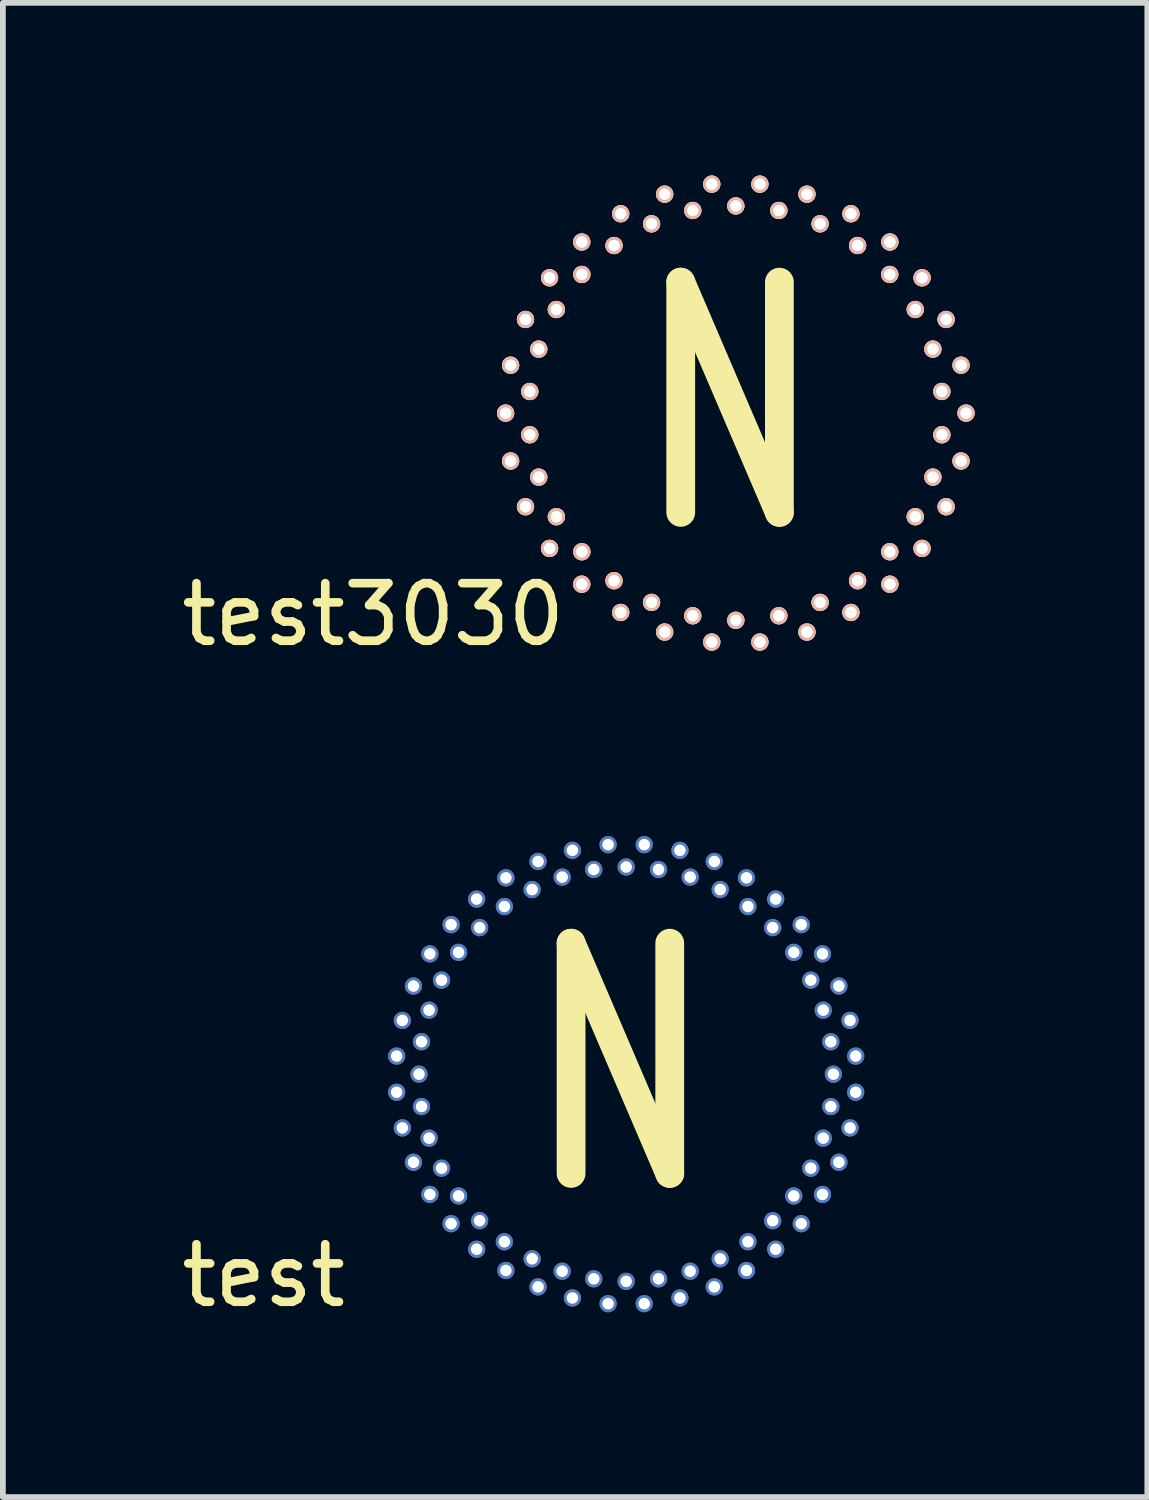
<source format=kicad_pcb>
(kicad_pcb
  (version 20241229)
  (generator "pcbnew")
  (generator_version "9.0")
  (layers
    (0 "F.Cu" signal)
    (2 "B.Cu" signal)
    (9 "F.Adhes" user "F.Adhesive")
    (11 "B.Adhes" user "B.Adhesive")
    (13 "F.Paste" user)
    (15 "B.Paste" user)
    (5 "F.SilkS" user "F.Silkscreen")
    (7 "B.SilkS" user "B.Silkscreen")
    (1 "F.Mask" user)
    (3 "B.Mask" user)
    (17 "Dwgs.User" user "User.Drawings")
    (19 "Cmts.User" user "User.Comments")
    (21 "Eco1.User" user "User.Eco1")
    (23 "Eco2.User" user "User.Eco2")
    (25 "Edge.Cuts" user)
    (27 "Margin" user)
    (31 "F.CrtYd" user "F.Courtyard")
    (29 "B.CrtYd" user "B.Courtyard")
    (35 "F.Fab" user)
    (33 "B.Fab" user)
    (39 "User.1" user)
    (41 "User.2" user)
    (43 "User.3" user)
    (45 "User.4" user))
  (footprint "test"
    (layer "F.Cu")
    (at 7.83 15.614)
    (property "Reference" "test" (at -6.3 3.5 0) (layer "F.SilkS") (effects (font (size 1 1) (thickness 0.15))))
    (attr through_hole)
    (fp_text user "N" (at -0.1 -0.1 0) (layer "F.SilkS") (effects (font (size 4 3) (thickness 0.5))))
    (pad "1" thru_hole circle (at 0 3.6) (size 0.3 0.3) (drill 0.2) (layers "*.Cu"))
    (pad "2" thru_hole circle (at 0.563 3.556) (size 0.3 0.3) (drill 0.2) (layers "*.Cu"))
    (pad "3" thru_hole circle (at 1.112 3.424) (size 0.3 0.3) (drill 0.2) (layers "*.Cu"))
    (pad "4" thru_hole circle (at 1.634 3.208) (size 0.3 0.3) (drill 0.2) (layers "*.Cu"))
    (pad "5" thru_hole circle (at 2.116 2.912) (size 0.3 0.3) (drill 0.2) (layers "*.Cu"))
    (pad "6" thru_hole circle (at 2.546 2.546) (size 0.3 0.3) (drill 0.2) (layers "*.Cu"))
    (pad "7" thru_hole circle (at 2.912 2.116) (size 0.3 0.3) (drill 0.2) (layers "*.Cu"))
    (pad "8" thru_hole circle (at 3.208 1.634) (size 0.3 0.3) (drill 0.2) (layers "*.Cu"))
    (pad "9" thru_hole circle (at 3.424 1.112) (size 0.3 0.3) (drill 0.2) (layers "*.Cu"))
    (pad "10" thru_hole circle (at 3.556 0.563) (size 0.3 0.3) (drill 0.2) (layers "*.Cu"))
    (pad "11" thru_hole circle (at 3.6 0) (size 0.3 0.3) (drill 0.2) (layers "*.Cu"))
    (pad "12" thru_hole circle (at 3.556 -0.563) (size 0.3 0.3) (drill 0.2) (layers "*.Cu"))
    (pad "13" thru_hole circle (at 3.424 -1.112) (size 0.3 0.3) (drill 0.2) (layers "*.Cu"))
    (pad "14" thru_hole circle (at 3.208 -1.634) (size 0.3 0.3) (drill 0.2) (layers "*.Cu"))
    (pad "15" thru_hole circle (at 2.912 -2.116) (size 0.3 0.3) (drill 0.2) (layers "*.Cu"))
    (pad "16" thru_hole circle (at 2.546 -2.546) (size 0.3 0.3) (drill 0.2) (layers "*.Cu"))
    (pad "17" thru_hole circle (at 2.116 -2.912) (size 0.3 0.3) (drill 0.2) (layers "*.Cu"))
    (pad "18" thru_hole circle (at 1.634 -3.208) (size 0.3 0.3) (drill 0.2) (layers "*.Cu"))
    (pad "19" thru_hole circle (at 1.112 -3.424) (size 0.3 0.3) (drill 0.2) (layers "*.Cu"))
    (pad "20" thru_hole circle (at 0.563 -3.556) (size 0.3 0.3) (drill 0.2) (layers "*.Cu"))
    (pad "21" thru_hole circle (at 0 -3.6) (size 0.3 0.3) (drill 0.2) (layers "*.Cu"))
    (pad "22" thru_hole circle (at -0.563 -3.556) (size 0.3 0.3) (drill 0.2) (layers "*.Cu"))
    (pad "23" thru_hole circle (at -1.112 -3.424) (size 0.3 0.3) (drill 0.2) (layers "*.Cu"))
    (pad "24" thru_hole circle (at -1.634 -3.208) (size 0.3 0.3) (drill 0.2) (layers "*.Cu"))
    (pad "25" thru_hole circle (at -2.116 -2.912) (size 0.3 0.3) (drill 0.2) (layers "*.Cu"))
    (pad "26" thru_hole circle (at -2.546 -2.546) (size 0.3 0.3) (drill 0.2) (layers "*.Cu"))
    (pad "27" thru_hole circle (at -2.912 -2.116) (size 0.3 0.3) (drill 0.2) (layers "*.Cu"))
    (pad "28" thru_hole circle (at -3.208 -1.634) (size 0.3 0.3) (drill 0.2) (layers "*.Cu"))
    (pad "29" thru_hole circle (at -3.424 -1.112) (size 0.3 0.3) (drill 0.2) (layers "*.Cu"))
    (pad "30" thru_hole circle (at -3.556 -0.563) (size 0.3 0.3) (drill 0.2) (layers "*.Cu"))
    (pad "31" thru_hole circle (at -3.6 0) (size 0.3 0.3) (drill 0.2) (layers "*.Cu"))
    (pad "32" thru_hole circle (at -3.556 0.563) (size 0.3 0.3) (drill 0.2) (layers "*.Cu"))
    (pad "33" thru_hole circle (at -3.424 1.112) (size 0.3 0.3) (drill 0.2) (layers "*.Cu"))
    (pad "34" thru_hole circle (at -3.208 1.634) (size 0.3 0.3) (drill 0.2) (layers "*.Cu"))
    (pad "35" thru_hole circle (at -2.912 2.116) (size 0.3 0.3) (drill 0.2) (layers "*.Cu"))
    (pad "36" thru_hole circle (at -2.546 2.546) (size 0.3 0.3) (drill 0.2) (layers "*.Cu"))
    (pad "37" thru_hole circle (at -2.116 2.912) (size 0.3 0.3) (drill 0.2) (layers "*.Cu"))
    (pad "38" thru_hole circle (at -1.634 3.208) (size 0.3 0.3) (drill 0.2) (layers "*.Cu"))
    (pad "39" thru_hole circle (at -1.112 3.424) (size 0.3 0.3) (drill 0.2) (layers "*.Cu"))
    (pad "40" thru_hole circle (at -0.563 3.556) (size 0.3 0.3) (drill 0.2) (layers "*.Cu"))
    (pad "41" thru_hole circle (at 0.314 3.988) (size 0.3 0.3) (drill 0.2) (layers "*.Cu"))
    (pad "42" thru_hole circle (at 0.934 3.889) (size 0.3 0.3) (drill 0.2) (layers "*.Cu"))
    (pad "43" thru_hole circle (at 1.531 3.696) (size 0.3 0.3) (drill 0.2) (layers "*.Cu"))
    (pad "44" thru_hole circle (at 2.09 3.411) (size 0.3 0.3) (drill 0.2) (layers "*.Cu"))
    (pad "45" thru_hole circle (at 2.598 3.042) (size 0.3 0.3) (drill 0.2) (layers "*.Cu"))
    (pad "46" thru_hole circle (at 3.042 2.598) (size 0.3 0.3) (drill 0.2) (layers "*.Cu"))
    (pad "47" thru_hole circle (at 3.411 2.09) (size 0.3 0.3) (drill 0.2) (layers "*.Cu"))
    (pad "48" thru_hole circle (at 3.696 1.531) (size 0.3 0.3) (drill 0.2) (layers "*.Cu"))
    (pad "49" thru_hole circle (at 3.889 0.934) (size 0.3 0.3) (drill 0.2) (layers "*.Cu"))
    (pad "50" thru_hole circle (at 3.988 0.314) (size 0.3 0.3) (drill 0.2) (layers "*.Cu"))
    (pad "51" thru_hole circle (at 3.988 -0.314) (size 0.3 0.3) (drill 0.2) (layers "*.Cu"))
    (pad "52" thru_hole circle (at 3.889 -0.934) (size 0.3 0.3) (drill 0.2) (layers "*.Cu"))
    (pad "53" thru_hole circle (at 3.696 -1.531) (size 0.3 0.3) (drill 0.2) (layers "*.Cu"))
    (pad "54" thru_hole circle (at 3.411 -2.09) (size 0.3 0.3) (drill 0.2) (layers "*.Cu"))
    (pad "55" thru_hole circle (at 3.042 -2.598) (size 0.3 0.3) (drill 0.2) (layers "*.Cu"))
    (pad "56" thru_hole circle (at 2.598 -3.042) (size 0.3 0.3) (drill 0.2) (layers "*.Cu"))
    (pad "57" thru_hole circle (at 2.09 -3.411) (size 0.3 0.3) (drill 0.2) (layers "*.Cu"))
    (pad "58" thru_hole circle (at 1.531 -3.696) (size 0.3 0.3) (drill 0.2) (layers "*.Cu"))
    (pad "59" thru_hole circle (at 0.934 -3.889) (size 0.3 0.3) (drill 0.2) (layers "*.Cu"))
    (pad "60" thru_hole circle (at 0.314 -3.988) (size 0.3 0.3) (drill 0.2) (layers "*.Cu"))
    (pad "61" thru_hole circle (at -0.314 -3.988) (size 0.3 0.3) (drill 0.2) (layers "*.Cu"))
    (pad "62" thru_hole circle (at -0.934 -3.889) (size 0.3 0.3) (drill 0.2) (layers "*.Cu"))
    (pad "63" thru_hole circle (at -1.531 -3.696) (size 0.3 0.3) (drill 0.2) (layers "*.Cu"))
    (pad "64" thru_hole circle (at -2.09 -3.411) (size 0.3 0.3) (drill 0.2) (layers "*.Cu"))
    (pad "65" thru_hole circle (at -2.598 -3.042) (size 0.3 0.3) (drill 0.2) (layers "*.Cu"))
    (pad "66" thru_hole circle (at -3.042 -2.598) (size 0.3 0.3) (drill 0.2) (layers "*.Cu"))
    (pad "67" thru_hole circle (at -3.411 -2.09) (size 0.3 0.3) (drill 0.2) (layers "*.Cu"))
    (pad "68" thru_hole circle (at -3.696 -1.531) (size 0.3 0.3) (drill 0.2) (layers "*.Cu"))
    (pad "69" thru_hole circle (at -3.889 -0.934) (size 0.3 0.3) (drill 0.2) (layers "*.Cu"))
    (pad "70" thru_hole circle (at -3.988 -0.314) (size 0.3 0.3) (drill 0.2) (layers "*.Cu"))
    (pad "71" thru_hole circle (at -3.988 0.314) (size 0.3 0.3) (drill 0.2) (layers "*.Cu"))
    (pad "72" thru_hole circle (at -3.889 0.934) (size 0.3 0.3) (drill 0.2) (layers "*.Cu"))
    (pad "73" thru_hole circle (at -3.696 1.531) (size 0.3 0.3) (drill 0.2) (layers "*.Cu"))
    (pad "74" thru_hole circle (at -3.411 2.09) (size 0.3 0.3) (drill 0.2) (layers "*.Cu"))
    (pad "75" thru_hole circle (at -3.042 2.598) (size 0.3 0.3) (drill 0.2) (layers "*.Cu"))
    (pad "76" thru_hole circle (at -2.598 3.042) (size 0.3 0.3) (drill 0.2) (layers "*.Cu"))
    (pad "77" thru_hole circle (at -2.09 3.411) (size 0.3 0.3) (drill 0.2) (layers "*.Cu"))
    (pad "78" thru_hole circle (at -1.531 3.696) (size 0.3 0.3) (drill 0.2) (layers "*.Cu"))
    (pad "79" thru_hole circle (at -0.934 3.889) (size 0.3 0.3) (drill 0.2) (layers "*.Cu"))
    (pad "80" thru_hole circle (at -0.314 3.988) (size 0.3 0.3) (drill 0.2) (layers "*.Cu")))
  (footprint "test3030"
    (layer "F.Cu")
    (at 9.735 4.128)
    (property "Reference" "test3030" (at -6.3 3.5 0) (layer "F.SilkS") (effects (font (size 1 1) (thickness 0.15))))
    (attr through_hole)
    (fp_text user "N" (at -0.1 -0.1 0) (layer "F.SilkS") (effects (font (size 4 3) (thickness 0.5))))
    (pad "1" thru_hole circle (at 0 3.6) (size 0.3 0.3) (drill 0.2) (layers "*.Cu" "*.SilkS"))
    (pad "2" thru_hole circle (at 0.748 3.521) (size 0.3 0.3) (drill 0.2) (layers "*.Cu" "*.SilkS"))
    (pad "3" thru_hole circle (at 1.464 3.289) (size 0.3 0.3) (drill 0.2) (layers "*.Cu" "*.SilkS"))
    (pad "4" thru_hole circle (at 2.116 2.912) (size 0.3 0.3) (drill 0.2) (layers "*.Cu" "*.SilkS"))
    (pad "5" thru_hole circle (at 2.675 2.409) (size 0.3 0.3) (drill 0.2) (layers "*.Cu" "*.SilkS"))
    (pad "6" thru_hole circle (at 3.118 1.8) (size 0.3 0.3) (drill 0.2) (layers "*.Cu" "*.SilkS"))
    (pad "7" thru_hole circle (at 3.424 1.112) (size 0.3 0.3) (drill 0.2) (layers "*.Cu" "*.SilkS"))
    (pad "8" thru_hole circle (at 3.58 0.376) (size 0.3 0.3) (drill 0.2) (layers "*.Cu" "*.SilkS"))
    (pad "9" thru_hole circle (at 3.58 -0.376) (size 0.3 0.3) (drill 0.2) (layers "*.Cu" "*.SilkS"))
    (pad "10" thru_hole circle (at 3.424 -1.112) (size 0.3 0.3) (drill 0.2) (layers "*.Cu" "*.SilkS"))
    (pad "11" thru_hole circle (at 3.118 -1.8) (size 0.3 0.3) (drill 0.2) (layers "*.Cu" "*.SilkS"))
    (pad "12" thru_hole circle (at 2.675 -2.409) (size 0.3 0.3) (drill 0.2) (layers "*.Cu" "*.SilkS"))
    (pad "13" thru_hole circle (at 2.116 -2.912) (size 0.3 0.3) (drill 0.2) (layers "*.Cu" "*.SilkS"))
    (pad "14" thru_hole circle (at 1.464 -3.289) (size 0.3 0.3) (drill 0.2) (layers "*.Cu" "*.SilkS"))
    (pad "15" thru_hole circle (at 0.748 -3.521) (size 0.3 0.3) (drill 0.2) (layers "*.Cu" "*.SilkS"))
    (pad "16" thru_hole circle (at 0 -3.6) (size 0.3 0.3) (drill 0.2) (layers "*.Cu" "*.SilkS"))
    (pad "17" thru_hole circle (at -0.748 -3.521) (size 0.3 0.3) (drill 0.2) (layers "*.Cu" "*.SilkS"))
    (pad "18" thru_hole circle (at -1.464 -3.289) (size 0.3 0.3) (drill 0.2) (layers "*.Cu" "*.SilkS"))
    (pad "19" thru_hole circle (at -2.116 -2.912) (size 0.3 0.3) (drill 0.2) (layers "*.Cu" "*.SilkS"))
    (pad "20" thru_hole circle (at -2.675 -2.409) (size 0.3 0.3) (drill 0.2) (layers "*.Cu" "*.SilkS"))
    (pad "21" thru_hole circle (at -3.118 -1.8) (size 0.3 0.3) (drill 0.2) (layers "*.Cu" "*.SilkS"))
    (pad "22" thru_hole circle (at -3.424 -1.112) (size 0.3 0.3) (drill 0.2) (layers "*.Cu" "*.SilkS"))
    (pad "23" thru_hole circle (at -3.58 -0.376) (size 0.3 0.3) (drill 0.2) (layers "*.Cu" "*.SilkS"))
    (pad "24" thru_hole circle (at -3.58 0.376) (size 0.3 0.3) (drill 0.2) (layers "*.Cu" "*.SilkS"))
    (pad "25" thru_hole circle (at -3.424 1.112) (size 0.3 0.3) (drill 0.2) (layers "*.Cu" "*.SilkS"))
    (pad "26" thru_hole circle (at -3.118 1.8) (size 0.3 0.3) (drill 0.2) (layers "*.Cu" "*.SilkS"))
    (pad "27" thru_hole circle (at -2.675 2.409) (size 0.3 0.3) (drill 0.2) (layers "*.Cu" "*.SilkS"))
    (pad "28" thru_hole circle (at -2.116 2.912) (size 0.3 0.3) (drill 0.2) (layers "*.Cu" "*.SilkS"))
    (pad "29" thru_hole circle (at -1.464 3.289) (size 0.3 0.3) (drill 0.2) (layers "*.Cu" "*.SilkS"))
    (pad "30" thru_hole circle (at -0.748 3.521) (size 0.3 0.3) (drill 0.2) (layers "*.Cu" "*.SilkS"))
    (pad "31" thru_hole circle (at 0.418 3.978) (size 0.3 0.3) (drill 0.2) (layers "*.Cu" "*.SilkS"))
    (pad "32" thru_hole circle (at 1.236 3.804) (size 0.3 0.3) (drill 0.2) (layers "*.Cu" "*.SilkS"))
    (pad "33" thru_hole circle (at 2 3.464) (size 0.3 0.3) (drill 0.2) (layers "*.Cu" "*.SilkS"))
    (pad "34" thru_hole circle (at 2.677 2.973) (size 0.3 0.3) (drill 0.2) (layers "*.Cu" "*.SilkS"))
    (pad "35" thru_hole circle (at 3.236 2.351) (size 0.3 0.3) (drill 0.2) (layers "*.Cu" "*.SilkS"))
    (pad "36" thru_hole circle (at 3.654 1.627) (size 0.3 0.3) (drill 0.2) (layers "*.Cu" "*.SilkS"))
    (pad "37" thru_hole circle (at 3.913 0.832) (size 0.3 0.3) (drill 0.2) (layers "*.Cu" "*.SilkS"))
    (pad "38" thru_hole circle (at 4 0) (size 0.3 0.3) (drill 0.2) (layers "*.Cu" "*.SilkS"))
    (pad "39" thru_hole circle (at 3.913 -0.832) (size 0.3 0.3) (drill 0.2) (layers "*.Cu" "*.SilkS"))
    (pad "40" thru_hole circle (at 3.654 -1.627) (size 0.3 0.3) (drill 0.2) (layers "*.Cu" "*.SilkS"))
    (pad "41" thru_hole circle (at 3.236 -2.351) (size 0.3 0.3) (drill 0.2) (layers "*.Cu" "*.SilkS"))
    (pad "42" thru_hole circle (at 2.677 -2.973) (size 0.3 0.3) (drill 0.2) (layers "*.Cu" "*.SilkS"))
    (pad "43" thru_hole circle (at 2 -3.464) (size 0.3 0.3) (drill 0.2) (layers "*.Cu" "*.SilkS"))
    (pad "44" thru_hole circle (at 1.236 -3.804) (size 0.3 0.3) (drill 0.2) (layers "*.Cu" "*.SilkS"))
    (pad "45" thru_hole circle (at 0.418 -3.978) (size 0.3 0.3) (drill 0.2) (layers "*.Cu" "*.SilkS"))
    (pad "46" thru_hole circle (at -0.418 -3.978) (size 0.3 0.3) (drill 0.2) (layers "*.Cu" "*.SilkS"))
    (pad "47" thru_hole circle (at -1.236 -3.804) (size 0.3 0.3) (drill 0.2) (layers "*.Cu" "*.SilkS"))
    (pad "48" thru_hole circle (at -2 -3.464) (size 0.3 0.3) (drill 0.2) (layers "*.Cu" "*.SilkS"))
    (pad "49" thru_hole circle (at -2.677 -2.973) (size 0.3 0.3) (drill 0.2) (layers "*.Cu" "*.SilkS"))
    (pad "50" thru_hole circle (at -3.236 -2.351) (size 0.3 0.3) (drill 0.2) (layers "*.Cu" "*.SilkS"))
    (pad "51" thru_hole circle (at -3.654 -1.627) (size 0.3 0.3) (drill 0.2) (layers "*.Cu" "*.SilkS"))
    (pad "52" thru_hole circle (at -3.913 -0.832) (size 0.3 0.3) (drill 0.2) (layers "*.Cu" "*.SilkS"))
    (pad "53" thru_hole circle (at -4 0) (size 0.3 0.3) (drill 0.2) (layers "*.Cu" "*.SilkS"))
    (pad "54" thru_hole circle (at -3.913 0.832) (size 0.3 0.3) (drill 0.2) (layers "*.Cu" "*.SilkS"))
    (pad "55" thru_hole circle (at -3.654 1.627) (size 0.3 0.3) (drill 0.2) (layers "*.Cu" "*.SilkS"))
    (pad "56" thru_hole circle (at -3.236 2.351) (size 0.3 0.3) (drill 0.2) (layers "*.Cu" "*.SilkS"))
    (pad "57" thru_hole circle (at -2.677 2.973) (size 0.3 0.3) (drill 0.2) (layers "*.Cu" "*.SilkS"))
    (pad "58" thru_hole circle (at -2 3.464) (size 0.3 0.3) (drill 0.2) (layers "*.Cu" "*.SilkS"))
    (pad "59" thru_hole circle (at -1.236 3.804) (size 0.3 0.3) (drill 0.2) (layers "*.Cu" "*.SilkS"))
    (pad "60" thru_hole circle (at -0.418 3.978) (size 0.3 0.3) (drill 0.2) (layers "*.Cu" "*.SilkS")))
  (gr_rect
    (start -3 -3)
    (end 16.885 22.962)
    (stroke (width 0.1) (type default))
    (fill no)
    (layer "Edge.Cuts")))
</source>
